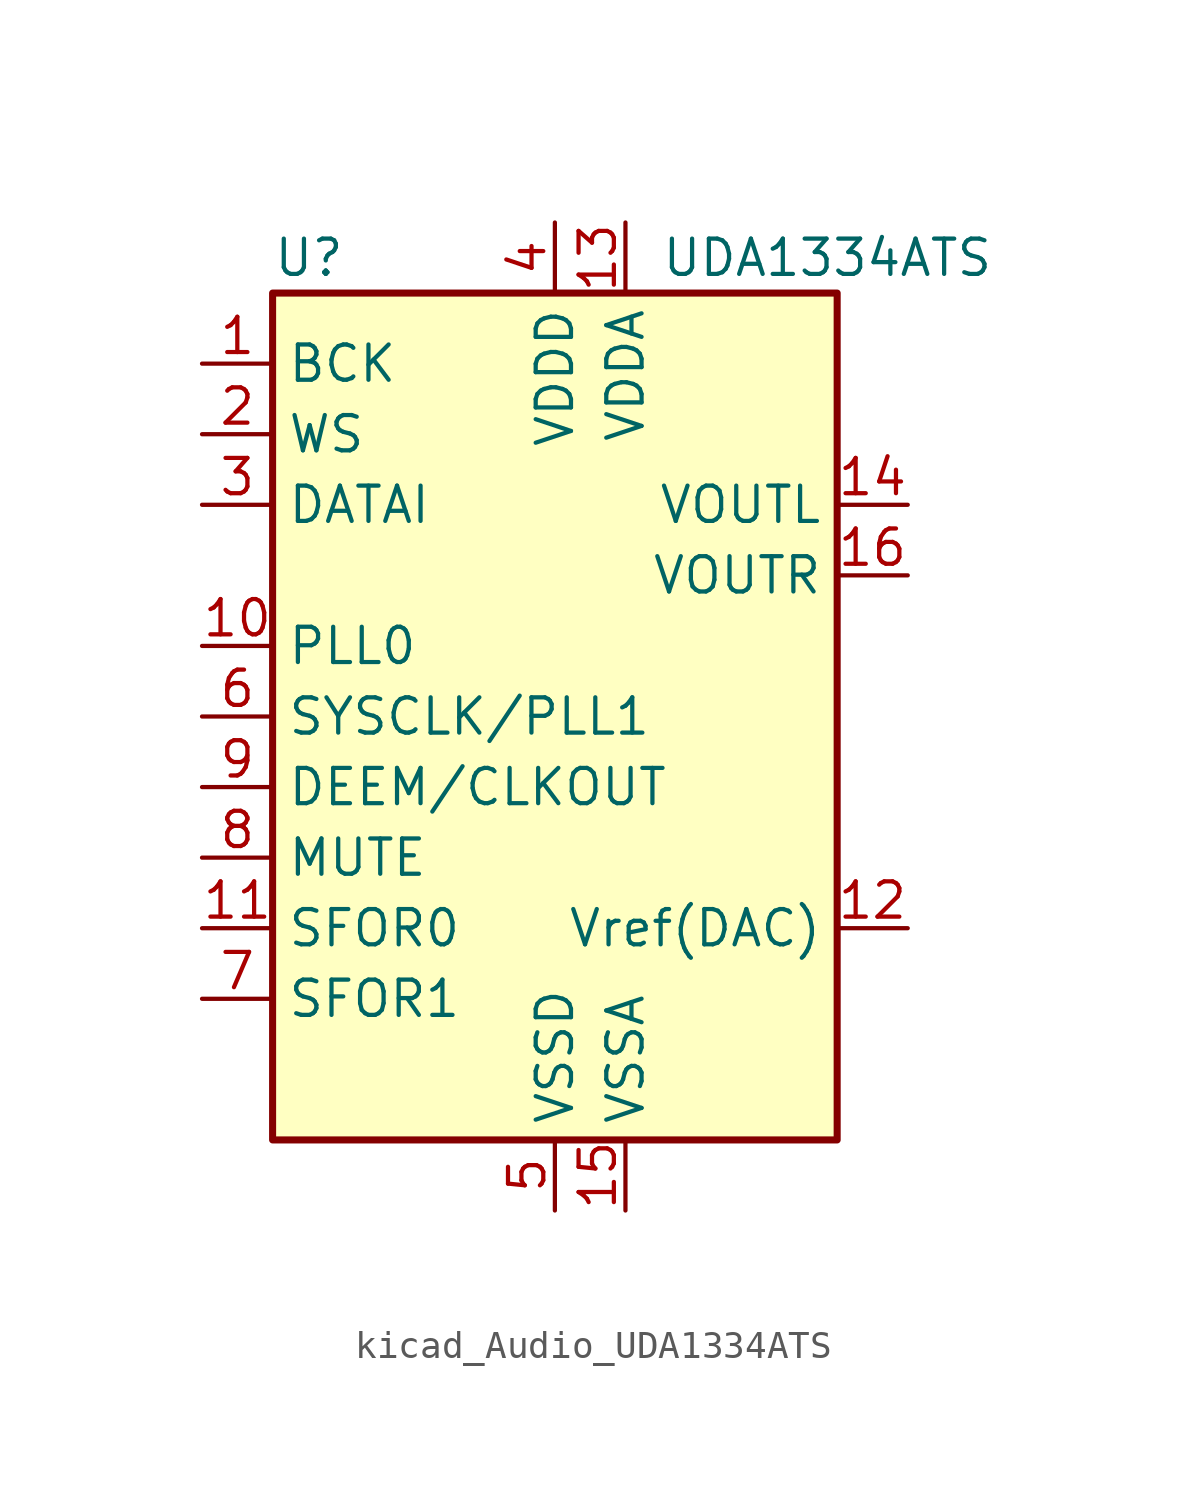
<source format=kicad_sym>
(kicad_symbol_lib
  (version 20220914)
  (generator kicad_symbol_editor)
  (symbol "kicad_Audio_UDA1334ATS"
    (property "Reference" "U"
      (at -10.16 16.51 0)
      (effects (font (size 1.27 1.27)) (justify left)))
    (property "Value" "UDA1334ATS"
      (at 3.81 16.51 0)
      (effects (font (size 1.27 1.27)) (justify left)))
    (symbol "kicad_Audio_UDA1334ATS_0_1"
      (rectangle (start -10.16 15.24) (end 10.16 -15.24) (stroke (width 0.254) (type default)) (fill (type background))))
    (symbol "kicad_Audio_UDA1334ATS_1_1"
      (pin input line (at -12.7 12.7 0) (length 2.54) (name "BCK" (effects (font (size 1.27 1.27)))) (number "1" (effects (font (size 1.27 1.27)))))
      (pin input line (at -12.7 2.54 0) (length 2.54) (name "PLL0" (effects (font (size 1.27 1.27)))) (number "10" (effects (font (size 1.27 1.27)))))
      (pin input line (at -12.7 -7.62 0) (length 2.54) (name "SFOR0" (effects (font (size 1.27 1.27)))) (number "11" (effects (font (size 1.27 1.27)))))
      (pin passive line (at 12.7 -7.62 180) (length 2.54) (name "Vref(DAC)" (effects (font (size 1.27 1.27)))) (number "12" (effects (font (size 1.27 1.27)))))
      (pin power_in line (at 2.54 17.78 270) (length 2.54) (name "VDDA" (effects (font (size 1.27 1.27)))) (number "13" (effects (font (size 1.27 1.27)))))
      (pin output line (at 12.7 7.62 180) (length 2.54) (name "VOUTL" (effects (font (size 1.27 1.27)))) (number "14" (effects (font (size 1.27 1.27)))))
      (pin power_in line (at 2.54 -17.78 90) (length 2.54) (name "VSSA" (effects (font (size 1.27 1.27)))) (number "15" (effects (font (size 1.27 1.27)))))
      (pin output line (at 12.7 5.08 180) (length 2.54) (name "VOUTR" (effects (font (size 1.27 1.27)))) (number "16" (effects (font (size 1.27 1.27)))))
      (pin input line (at -12.7 10.16 0) (length 2.54) (name "WS" (effects (font (size 1.27 1.27)))) (number "2" (effects (font (size 1.27 1.27)))))
      (pin input line (at -12.7 7.62 0) (length 2.54) (name "DATAI" (effects (font (size 1.27 1.27)))) (number "3" (effects (font (size 1.27 1.27)))))
      (pin power_in line (at 0 17.78 270) (length 2.54) (name "VDDD" (effects (font (size 1.27 1.27)))) (number "4" (effects (font (size 1.27 1.27)))))
      (pin power_in line (at 0 -17.78 90) (length 2.54) (name "VSSD" (effects (font (size 1.27 1.27)))) (number "5" (effects (font (size 1.27 1.27)))))
      (pin input line (at -12.7 0 0) (length 2.54) (name "SYSCLK/PLL1" (effects (font (size 1.27 1.27)))) (number "6" (effects (font (size 1.27 1.27)))))
      (pin input line (at -12.7 -10.16 0) (length 2.54) (name "SFOR1" (effects (font (size 1.27 1.27)))) (number "7" (effects (font (size 1.27 1.27)))))
      (pin input line (at -12.7 -5.08 0) (length 2.54) (name "MUTE" (effects (font (size 1.27 1.27)))) (number "8" (effects (font (size 1.27 1.27)))))
      (pin bidirectional line (at -12.7 -2.54 0) (length 2.54) (name "DEEM/CLKOUT" (effects (font (size 1.27 1.27)))) (number "9" (effects (font (size 1.27 1.27))))))))
</source>
